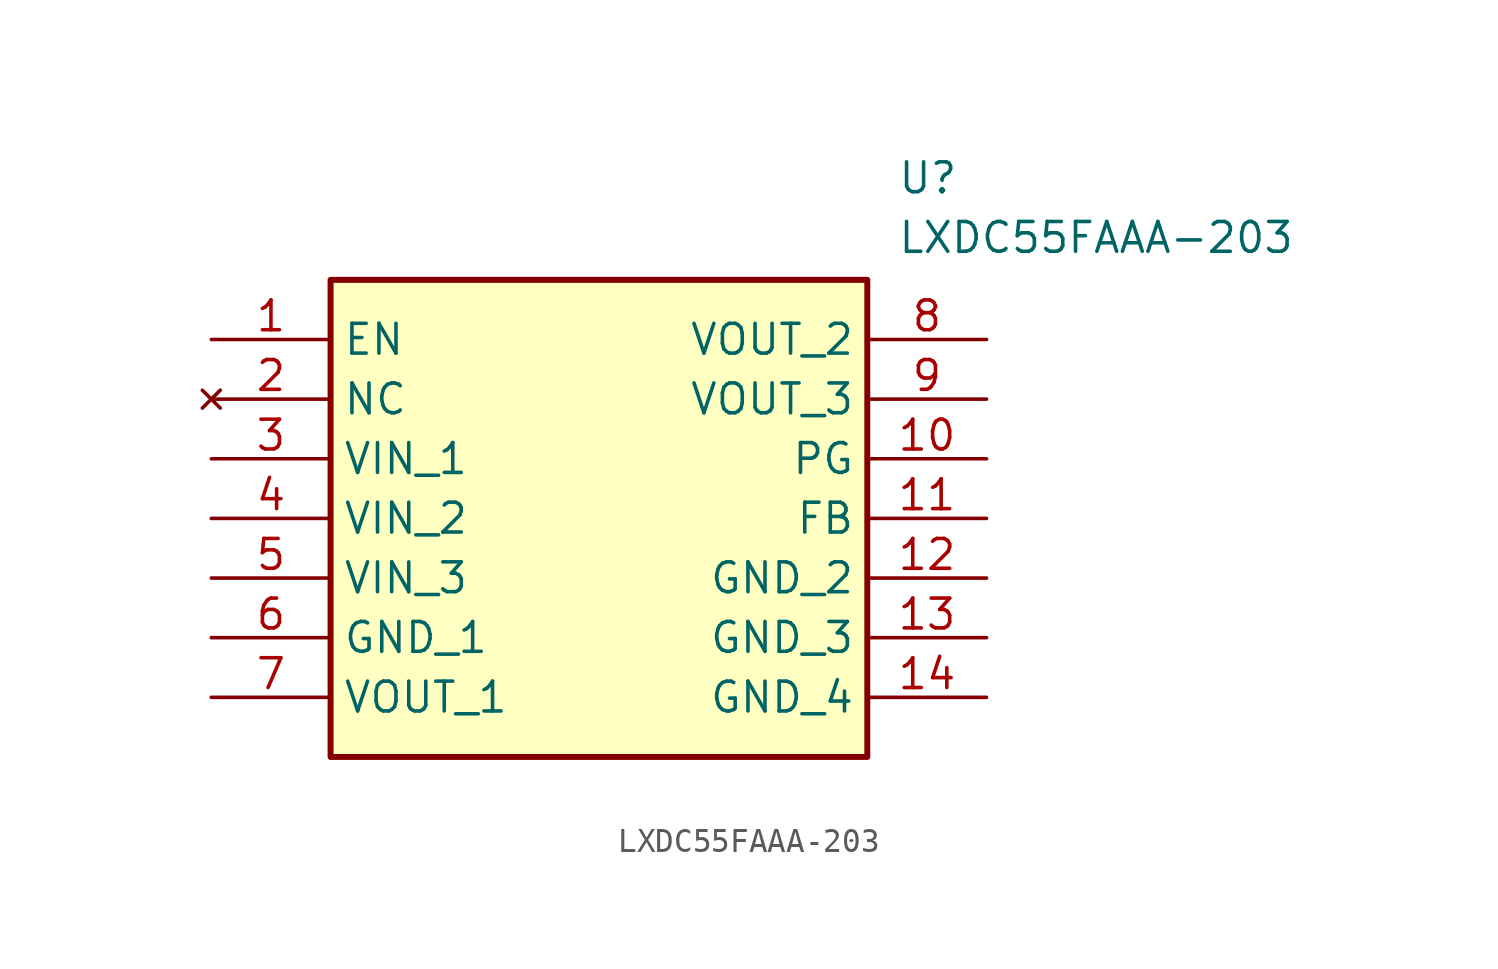
<source format=kicad_sym>
(kicad_symbol_lib
  (version 20211014)
  (generator SamacSys_ECAD_Model)
  (symbol "LXDC55FAAA-203"
    (property "Reference" "U"
      (at 29.21 7.62 0)
      (effects (font (size 1.27 1.27)) (justify left top)))
    (property "Value" "LXDC55FAAA-203"
      (at 29.21 5.08 0)
      (effects (font (size 1.27 1.27)) (justify left top)))
    (rectangle
      (start 5.08 2.54)
      (end 27.94 -17.78)
      (stroke (width 0.254) (type default))
      (fill (type background)))
    (pin passive line
      (at 0 0 0)
      (length 5.08)
      (name "EN" (effects (font (size 1.27 1.27))))
      (number "1" (effects (font (size 1.27 1.27)))))
    (pin no_connect line
      (at 0 -2.54 0)
      (length 5.08)
      (name "NC" (effects (font (size 1.27 1.27))))
      (number "2" (effects (font (size 1.27 1.27)))))
    (pin passive line
      (at 0 -5.08 0)
      (length 5.08)
      (name "VIN_1" (effects (font (size 1.27 1.27))))
      (number "3" (effects (font (size 1.27 1.27)))))
    (pin passive line
      (at 0 -7.62 0)
      (length 5.08)
      (name "VIN_2" (effects (font (size 1.27 1.27))))
      (number "4" (effects (font (size 1.27 1.27)))))
    (pin passive line
      (at 0 -10.16 0)
      (length 5.08)
      (name "VIN_3" (effects (font (size 1.27 1.27))))
      (number "5" (effects (font (size 1.27 1.27)))))
    (pin passive line
      (at 0 -12.7 0)
      (length 5.08)
      (name "GND_1" (effects (font (size 1.27 1.27))))
      (number "6" (effects (font (size 1.27 1.27)))))
    (pin passive line
      (at 0 -15.24 0)
      (length 5.08)
      (name "VOUT_1" (effects (font (size 1.27 1.27))))
      (number "7" (effects (font (size 1.27 1.27)))))
    (pin passive line
      (at 33.02 0 180)
      (length 5.08)
      (name "VOUT_2" (effects (font (size 1.27 1.27))))
      (number "8" (effects (font (size 1.27 1.27)))))
    (pin passive line
      (at 33.02 -2.54 180)
      (length 5.08)
      (name "VOUT_3" (effects (font (size 1.27 1.27))))
      (number "9" (effects (font (size 1.27 1.27)))))
    (pin passive line
      (at 33.02 -5.08 180)
      (length 5.08)
      (name "PG" (effects (font (size 1.27 1.27))))
      (number "10" (effects (font (size 1.27 1.27)))))
    (pin passive line
      (at 33.02 -7.62 180)
      (length 5.08)
      (name "FB" (effects (font (size 1.27 1.27))))
      (number "11" (effects (font (size 1.27 1.27)))))
    (pin passive line
      (at 33.02 -10.16 180)
      (length 5.08)
      (name "GND_2" (effects (font (size 1.27 1.27))))
      (number "12" (effects (font (size 1.27 1.27)))))
    (pin passive line
      (at 33.02 -12.7 180)
      (length 5.08)
      (name "GND_3" (effects (font (size 1.27 1.27))))
      (number "13" (effects (font (size 1.27 1.27)))))
    (pin passive line
      (at 33.02 -15.24 180)
      (length 5.08)
      (name "GND_4" (effects (font (size 1.27 1.27))))
      (number "14" (effects (font (size 1.27 1.27)))))))
</source>
